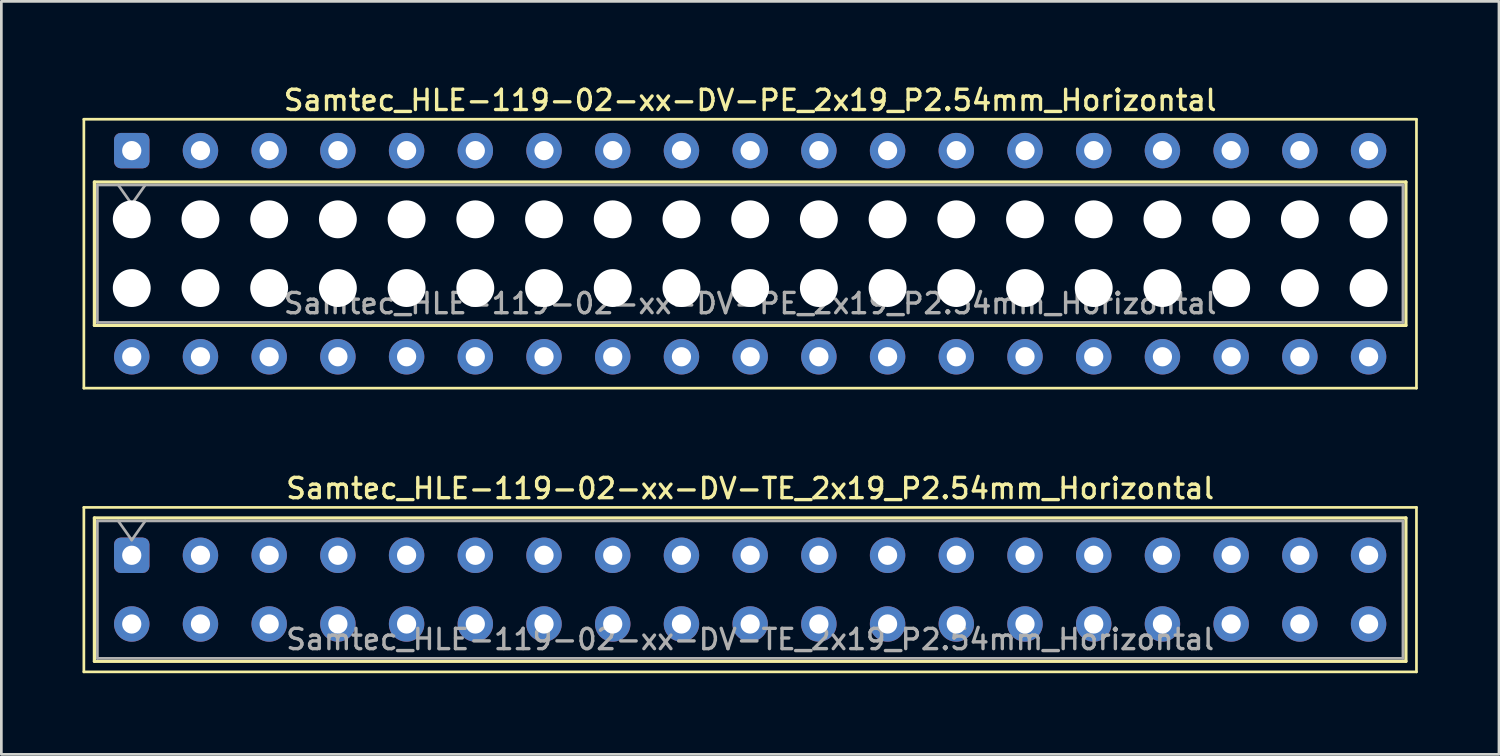
<source format=kicad_pcb>
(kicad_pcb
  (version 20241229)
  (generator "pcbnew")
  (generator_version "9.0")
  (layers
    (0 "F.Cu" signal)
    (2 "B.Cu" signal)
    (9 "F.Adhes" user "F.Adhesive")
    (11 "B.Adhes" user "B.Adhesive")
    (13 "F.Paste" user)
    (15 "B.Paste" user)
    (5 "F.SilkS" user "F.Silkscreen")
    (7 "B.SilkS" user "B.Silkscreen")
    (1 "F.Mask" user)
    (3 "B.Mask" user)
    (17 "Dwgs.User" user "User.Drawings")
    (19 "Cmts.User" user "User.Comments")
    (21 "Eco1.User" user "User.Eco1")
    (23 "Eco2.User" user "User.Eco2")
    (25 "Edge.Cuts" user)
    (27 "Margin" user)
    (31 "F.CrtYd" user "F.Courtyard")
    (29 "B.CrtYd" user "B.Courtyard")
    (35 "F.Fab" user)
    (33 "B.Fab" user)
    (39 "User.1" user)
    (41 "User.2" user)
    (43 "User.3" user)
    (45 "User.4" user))
  (footprint "Samtec_HLE-119-02-xx-DV-PE_2x19_P2.54mm_Horizontal"
    (layer "F.Cu")
    (at 1.82 2.518)
    (property "Reference" "Samtec_HLE-119-02-xx-DV-PE_2x19_P2.54mm_Horizontal" (at 22.86 -1.86 0) (layer "F.SilkS") (effects (font (size 0.75 0.75) (thickness 0.125))))
    (attr through_hole)
    (fp_line (start -1.77 -1.16) (end 47.49 -1.16) (stroke (width 0.1) (type solid)) (layer "F.SilkS"))
    (fp_line (start -1.77 8.78) (end -1.77 -1.16) (stroke (width 0.1) (type solid)) (layer "F.SilkS"))
    (fp_line (start -1.38 1.16) (end 47.1 1.16) (stroke (width 0.12) (type solid)) (layer "F.SilkS"))
    (fp_line (start -1.38 6.46) (end -1.38 1.16) (stroke (width 0.12) (type solid)) (layer "F.SilkS"))
    (fp_line (start 47.1 1.16) (end 47.1 6.46) (stroke (width 0.12) (type solid)) (layer "F.SilkS"))
    (fp_line (start 47.1 6.46) (end -1.38 6.46) (stroke (width 0.12) (type solid)) (layer "F.SilkS"))
    (fp_line (start 47.49 -1.16) (end 47.49 8.78) (stroke (width 0.1) (type solid)) (layer "F.SilkS"))
    (fp_line (start 47.49 8.78) (end -1.77 8.78) (stroke (width 0.1) (type solid)) (layer "F.SilkS"))
    (fp_line (start -1.27 1.27) (end 46.99 1.27) (stroke (width 0.1) (type solid)) (layer "F.Fab"))
    (fp_line (start -1.27 6.35) (end -1.27 1.27) (stroke (width 0.1) (type solid)) (layer "F.Fab"))
    (fp_line (start -0.5 1.27) (end 0 1.977) (stroke (width 0.1) (type solid)) (layer "F.Fab"))
    (fp_line (start 0 1.977) (end 0.5 1.27) (stroke (width 0.1) (type solid)) (layer "F.Fab"))
    (fp_line (start 46.99 1.27) (end 46.99 6.35) (stroke (width 0.1) (type solid)) (layer "F.Fab"))
    (fp_line (start 46.99 6.35) (end -1.27 6.35) (stroke (width 0.1) (type solid)) (layer "F.Fab"))
    (fp_text user "${REFERENCE}" (at 22.86 5.65 0) (layer "F.Fab") (effects (font (size 0.75 0.75) (thickness 0.125))))
    (pad "" np_thru_hole circle (at 0 2.54) (size 1.4 1.4) (drill 1.4) (layers "*.Cu" "*.Mask"))
    (pad "" np_thru_hole circle (at 0 5.08) (size 1.4 1.4) (drill 1.4) (layers "*.Cu" "*.Mask"))
    (pad "" np_thru_hole circle (at 2.54 2.54) (size 1.4 1.4) (drill 1.4) (layers "*.Cu" "*.Mask"))
    (pad "" np_thru_hole circle (at 2.54 5.08) (size 1.4 1.4) (drill 1.4) (layers "*.Cu" "*.Mask"))
    (pad "" np_thru_hole circle (at 5.08 2.54) (size 1.4 1.4) (drill 1.4) (layers "*.Cu" "*.Mask"))
    (pad "" np_thru_hole circle (at 5.08 5.08) (size 1.4 1.4) (drill 1.4) (layers "*.Cu" "*.Mask"))
    (pad "" np_thru_hole circle (at 7.62 2.54) (size 1.4 1.4) (drill 1.4) (layers "*.Cu" "*.Mask"))
    (pad "" np_thru_hole circle (at 7.62 5.08) (size 1.4 1.4) (drill 1.4) (layers "*.Cu" "*.Mask"))
    (pad "" np_thru_hole circle (at 10.16 2.54) (size 1.4 1.4) (drill 1.4) (layers "*.Cu" "*.Mask"))
    (pad "" np_thru_hole circle (at 10.16 5.08) (size 1.4 1.4) (drill 1.4) (layers "*.Cu" "*.Mask"))
    (pad "" np_thru_hole circle (at 12.7 2.54) (size 1.4 1.4) (drill 1.4) (layers "*.Cu" "*.Mask"))
    (pad "" np_thru_hole circle (at 12.7 5.08) (size 1.4 1.4) (drill 1.4) (layers "*.Cu" "*.Mask"))
    (pad "" np_thru_hole circle (at 15.24 2.54) (size 1.4 1.4) (drill 1.4) (layers "*.Cu" "*.Mask"))
    (pad "" np_thru_hole circle (at 15.24 5.08) (size 1.4 1.4) (drill 1.4) (layers "*.Cu" "*.Mask"))
    (pad "" np_thru_hole circle (at 17.78 2.54) (size 1.4 1.4) (drill 1.4) (layers "*.Cu" "*.Mask"))
    (pad "" np_thru_hole circle (at 17.78 5.08) (size 1.4 1.4) (drill 1.4) (layers "*.Cu" "*.Mask"))
    (pad "" np_thru_hole circle (at 20.32 2.54) (size 1.4 1.4) (drill 1.4) (layers "*.Cu" "*.Mask"))
    (pad "" np_thru_hole circle (at 20.32 5.08) (size 1.4 1.4) (drill 1.4) (layers "*.Cu" "*.Mask"))
    (pad "" np_thru_hole circle (at 22.86 2.54) (size 1.4 1.4) (drill 1.4) (layers "*.Cu" "*.Mask"))
    (pad "" np_thru_hole circle (at 22.86 5.08) (size 1.4 1.4) (drill 1.4) (layers "*.Cu" "*.Mask"))
    (pad "" np_thru_hole circle (at 25.4 2.54) (size 1.4 1.4) (drill 1.4) (layers "*.Cu" "*.Mask"))
    (pad "" np_thru_hole circle (at 25.4 5.08) (size 1.4 1.4) (drill 1.4) (layers "*.Cu" "*.Mask"))
    (pad "" np_thru_hole circle (at 27.94 2.54) (size 1.4 1.4) (drill 1.4) (layers "*.Cu" "*.Mask"))
    (pad "" np_thru_hole circle (at 27.94 5.08) (size 1.4 1.4) (drill 1.4) (layers "*.Cu" "*.Mask"))
    (pad "" np_thru_hole circle (at 30.48 2.54) (size 1.4 1.4) (drill 1.4) (layers "*.Cu" "*.Mask"))
    (pad "" np_thru_hole circle (at 30.48 5.08) (size 1.4 1.4) (drill 1.4) (layers "*.Cu" "*.Mask"))
    (pad "" np_thru_hole circle (at 33.02 2.54) (size 1.4 1.4) (drill 1.4) (layers "*.Cu" "*.Mask"))
    (pad "" np_thru_hole circle (at 33.02 5.08) (size 1.4 1.4) (drill 1.4) (layers "*.Cu" "*.Mask"))
    (pad "" np_thru_hole circle (at 35.56 2.54) (size 1.4 1.4) (drill 1.4) (layers "*.Cu" "*.Mask"))
    (pad "" np_thru_hole circle (at 35.56 5.08) (size 1.4 1.4) (drill 1.4) (layers "*.Cu" "*.Mask"))
    (pad "" np_thru_hole circle (at 38.1 2.54) (size 1.4 1.4) (drill 1.4) (layers "*.Cu" "*.Mask"))
    (pad "" np_thru_hole circle (at 38.1 5.08) (size 1.4 1.4) (drill 1.4) (layers "*.Cu" "*.Mask"))
    (pad "" np_thru_hole circle (at 40.64 2.54) (size 1.4 1.4) (drill 1.4) (layers "*.Cu" "*.Mask"))
    (pad "" np_thru_hole circle (at 40.64 5.08) (size 1.4 1.4) (drill 1.4) (layers "*.Cu" "*.Mask"))
    (pad "" np_thru_hole circle (at 43.18 2.54) (size 1.4 1.4) (drill 1.4) (layers "*.Cu" "*.Mask"))
    (pad "" np_thru_hole circle (at 43.18 5.08) (size 1.4 1.4) (drill 1.4) (layers "*.Cu" "*.Mask"))
    (pad "" np_thru_hole circle (at 45.72 2.54) (size 1.4 1.4) (drill 1.4) (layers "*.Cu" "*.Mask"))
    (pad "" np_thru_hole circle (at 45.72 5.08) (size 1.4 1.4) (drill 1.4) (layers "*.Cu" "*.Mask"))
    (pad "1" thru_hole roundrect (at 0 0) (size 1.31 1.31) (drill 0.71) (layers "*.Cu" "*.Mask") (roundrect_rratio 0.191))
    (pad "2" thru_hole circle (at 0 7.62) (size 1.31 1.31) (drill 0.71) (layers "*.Cu" "*.Mask"))
    (pad "3" thru_hole circle (at 2.54 0) (size 1.31 1.31) (drill 0.71) (layers "*.Cu" "*.Mask"))
    (pad "4" thru_hole circle (at 2.54 7.62) (size 1.31 1.31) (drill 0.71) (layers "*.Cu" "*.Mask"))
    (pad "5" thru_hole circle (at 5.08 0) (size 1.31 1.31) (drill 0.71) (layers "*.Cu" "*.Mask"))
    (pad "6" thru_hole circle (at 5.08 7.62) (size 1.31 1.31) (drill 0.71) (layers "*.Cu" "*.Mask"))
    (pad "7" thru_hole circle (at 7.62 0) (size 1.31 1.31) (drill 0.71) (layers "*.Cu" "*.Mask"))
    (pad "8" thru_hole circle (at 7.62 7.62) (size 1.31 1.31) (drill 0.71) (layers "*.Cu" "*.Mask"))
    (pad "9" thru_hole circle (at 10.16 0) (size 1.31 1.31) (drill 0.71) (layers "*.Cu" "*.Mask"))
    (pad "10" thru_hole circle (at 10.16 7.62) (size 1.31 1.31) (drill 0.71) (layers "*.Cu" "*.Mask"))
    (pad "11" thru_hole circle (at 12.7 0) (size 1.31 1.31) (drill 0.71) (layers "*.Cu" "*.Mask"))
    (pad "12" thru_hole circle (at 12.7 7.62) (size 1.31 1.31) (drill 0.71) (layers "*.Cu" "*.Mask"))
    (pad "13" thru_hole circle (at 15.24 0) (size 1.31 1.31) (drill 0.71) (layers "*.Cu" "*.Mask"))
    (pad "14" thru_hole circle (at 15.24 7.62) (size 1.31 1.31) (drill 0.71) (layers "*.Cu" "*.Mask"))
    (pad "15" thru_hole circle (at 17.78 0) (size 1.31 1.31) (drill 0.71) (layers "*.Cu" "*.Mask"))
    (pad "16" thru_hole circle (at 17.78 7.62) (size 1.31 1.31) (drill 0.71) (layers "*.Cu" "*.Mask"))
    (pad "17" thru_hole circle (at 20.32 0) (size 1.31 1.31) (drill 0.71) (layers "*.Cu" "*.Mask"))
    (pad "18" thru_hole circle (at 20.32 7.62) (size 1.31 1.31) (drill 0.71) (layers "*.Cu" "*.Mask"))
    (pad "19" thru_hole circle (at 22.86 0) (size 1.31 1.31) (drill 0.71) (layers "*.Cu" "*.Mask"))
    (pad "20" thru_hole circle (at 22.86 7.62) (size 1.31 1.31) (drill 0.71) (layers "*.Cu" "*.Mask"))
    (pad "21" thru_hole circle (at 25.4 0) (size 1.31 1.31) (drill 0.71) (layers "*.Cu" "*.Mask"))
    (pad "22" thru_hole circle (at 25.4 7.62) (size 1.31 1.31) (drill 0.71) (layers "*.Cu" "*.Mask"))
    (pad "23" thru_hole circle (at 27.94 0) (size 1.31 1.31) (drill 0.71) (layers "*.Cu" "*.Mask"))
    (pad "24" thru_hole circle (at 27.94 7.62) (size 1.31 1.31) (drill 0.71) (layers "*.Cu" "*.Mask"))
    (pad "25" thru_hole circle (at 30.48 0) (size 1.31 1.31) (drill 0.71) (layers "*.Cu" "*.Mask"))
    (pad "26" thru_hole circle (at 30.48 7.62) (size 1.31 1.31) (drill 0.71) (layers "*.Cu" "*.Mask"))
    (pad "27" thru_hole circle (at 33.02 0) (size 1.31 1.31) (drill 0.71) (layers "*.Cu" "*.Mask"))
    (pad "28" thru_hole circle (at 33.02 7.62) (size 1.31 1.31) (drill 0.71) (layers "*.Cu" "*.Mask"))
    (pad "29" thru_hole circle (at 35.56 0) (size 1.31 1.31) (drill 0.71) (layers "*.Cu" "*.Mask"))
    (pad "30" thru_hole circle (at 35.56 7.62) (size 1.31 1.31) (drill 0.71) (layers "*.Cu" "*.Mask"))
    (pad "31" thru_hole circle (at 38.1 0) (size 1.31 1.31) (drill 0.71) (layers "*.Cu" "*.Mask"))
    (pad "32" thru_hole circle (at 38.1 7.62) (size 1.31 1.31) (drill 0.71) (layers "*.Cu" "*.Mask"))
    (pad "33" thru_hole circle (at 40.64 0) (size 1.31 1.31) (drill 0.71) (layers "*.Cu" "*.Mask"))
    (pad "34" thru_hole circle (at 40.64 7.62) (size 1.31 1.31) (drill 0.71) (layers "*.Cu" "*.Mask"))
    (pad "35" thru_hole circle (at 43.18 0) (size 1.31 1.31) (drill 0.71) (layers "*.Cu" "*.Mask"))
    (pad "36" thru_hole circle (at 43.18 7.62) (size 1.31 1.31) (drill 0.71) (layers "*.Cu" "*.Mask"))
    (pad "37" thru_hole circle (at 45.72 0) (size 1.31 1.31) (drill 0.71) (layers "*.Cu" "*.Mask"))
    (pad "38" thru_hole circle (at 45.72 7.62) (size 1.31 1.31) (drill 0.71) (layers "*.Cu" "*.Mask")))
  (footprint "Samtec_HLE-119-02-xx-DV-TE_2x19_P2.54mm_Horizontal"
    (layer "F.Cu")
    (at 1.82 17.476)
    (property "Reference" "Samtec_HLE-119-02-xx-DV-TE_2x19_P2.54mm_Horizontal" (at 22.86 -2.47 0) (layer "F.SilkS") (effects (font (size 0.75 0.75) (thickness 0.125))))
    (attr through_hole)
    (fp_line (start -1.77 -1.77) (end 47.49 -1.77) (stroke (width 0.1) (type solid)) (layer "F.SilkS"))
    (fp_line (start -1.77 4.31) (end -1.77 -1.77) (stroke (width 0.1) (type solid)) (layer "F.SilkS"))
    (fp_line (start -1.38 -1.38) (end 47.1 -1.38) (stroke (width 0.12) (type solid)) (layer "F.SilkS"))
    (fp_line (start -1.38 3.92) (end -1.38 -1.38) (stroke (width 0.12) (type solid)) (layer "F.SilkS"))
    (fp_line (start 47.1 -1.38) (end 47.1 3.92) (stroke (width 0.12) (type solid)) (layer "F.SilkS"))
    (fp_line (start 47.1 3.92) (end -1.38 3.92) (stroke (width 0.12) (type solid)) (layer "F.SilkS"))
    (fp_line (start 47.49 -1.77) (end 47.49 4.31) (stroke (width 0.1) (type solid)) (layer "F.SilkS"))
    (fp_line (start 47.49 4.31) (end -1.77 4.31) (stroke (width 0.1) (type solid)) (layer "F.SilkS"))
    (fp_line (start -1.27 -1.27) (end 46.99 -1.27) (stroke (width 0.1) (type solid)) (layer "F.Fab"))
    (fp_line (start -1.27 3.81) (end -1.27 -1.27) (stroke (width 0.1) (type solid)) (layer "F.Fab"))
    (fp_line (start -0.5 -1.27) (end 0 -0.563) (stroke (width 0.1) (type solid)) (layer "F.Fab"))
    (fp_line (start 0 -0.563) (end 0.5 -1.27) (stroke (width 0.1) (type solid)) (layer "F.Fab"))
    (fp_line (start 46.99 -1.27) (end 46.99 3.81) (stroke (width 0.1) (type solid)) (layer "F.Fab"))
    (fp_line (start 46.99 3.81) (end -1.27 3.81) (stroke (width 0.1) (type solid)) (layer "F.Fab"))
    (fp_text user "${REFERENCE}" (at 22.86 3.11 0) (layer "F.Fab") (effects (font (size 0.75 0.75) (thickness 0.125))))
    (pad "1" thru_hole roundrect (at 0 0) (size 1.31 1.31) (drill 0.71) (layers "*.Cu" "*.Mask") (roundrect_rratio 0.191))
    (pad "2" thru_hole circle (at 0 2.54) (size 1.31 1.31) (drill 0.71) (layers "*.Cu" "*.Mask"))
    (pad "3" thru_hole circle (at 2.54 0) (size 1.31 1.31) (drill 0.71) (layers "*.Cu" "*.Mask"))
    (pad "4" thru_hole circle (at 2.54 2.54) (size 1.31 1.31) (drill 0.71) (layers "*.Cu" "*.Mask"))
    (pad "5" thru_hole circle (at 5.08 0) (size 1.31 1.31) (drill 0.71) (layers "*.Cu" "*.Mask"))
    (pad "6" thru_hole circle (at 5.08 2.54) (size 1.31 1.31) (drill 0.71) (layers "*.Cu" "*.Mask"))
    (pad "7" thru_hole circle (at 7.62 0) (size 1.31 1.31) (drill 0.71) (layers "*.Cu" "*.Mask"))
    (pad "8" thru_hole circle (at 7.62 2.54) (size 1.31 1.31) (drill 0.71) (layers "*.Cu" "*.Mask"))
    (pad "9" thru_hole circle (at 10.16 0) (size 1.31 1.31) (drill 0.71) (layers "*.Cu" "*.Mask"))
    (pad "10" thru_hole circle (at 10.16 2.54) (size 1.31 1.31) (drill 0.71) (layers "*.Cu" "*.Mask"))
    (pad "11" thru_hole circle (at 12.7 0) (size 1.31 1.31) (drill 0.71) (layers "*.Cu" "*.Mask"))
    (pad "12" thru_hole circle (at 12.7 2.54) (size 1.31 1.31) (drill 0.71) (layers "*.Cu" "*.Mask"))
    (pad "13" thru_hole circle (at 15.24 0) (size 1.31 1.31) (drill 0.71) (layers "*.Cu" "*.Mask"))
    (pad "14" thru_hole circle (at 15.24 2.54) (size 1.31 1.31) (drill 0.71) (layers "*.Cu" "*.Mask"))
    (pad "15" thru_hole circle (at 17.78 0) (size 1.31 1.31) (drill 0.71) (layers "*.Cu" "*.Mask"))
    (pad "16" thru_hole circle (at 17.78 2.54) (size 1.31 1.31) (drill 0.71) (layers "*.Cu" "*.Mask"))
    (pad "17" thru_hole circle (at 20.32 0) (size 1.31 1.31) (drill 0.71) (layers "*.Cu" "*.Mask"))
    (pad "18" thru_hole circle (at 20.32 2.54) (size 1.31 1.31) (drill 0.71) (layers "*.Cu" "*.Mask"))
    (pad "19" thru_hole circle (at 22.86 0) (size 1.31 1.31) (drill 0.71) (layers "*.Cu" "*.Mask"))
    (pad "20" thru_hole circle (at 22.86 2.54) (size 1.31 1.31) (drill 0.71) (layers "*.Cu" "*.Mask"))
    (pad "21" thru_hole circle (at 25.4 0) (size 1.31 1.31) (drill 0.71) (layers "*.Cu" "*.Mask"))
    (pad "22" thru_hole circle (at 25.4 2.54) (size 1.31 1.31) (drill 0.71) (layers "*.Cu" "*.Mask"))
    (pad "23" thru_hole circle (at 27.94 0) (size 1.31 1.31) (drill 0.71) (layers "*.Cu" "*.Mask"))
    (pad "24" thru_hole circle (at 27.94 2.54) (size 1.31 1.31) (drill 0.71) (layers "*.Cu" "*.Mask"))
    (pad "25" thru_hole circle (at 30.48 0) (size 1.31 1.31) (drill 0.71) (layers "*.Cu" "*.Mask"))
    (pad "26" thru_hole circle (at 30.48 2.54) (size 1.31 1.31) (drill 0.71) (layers "*.Cu" "*.Mask"))
    (pad "27" thru_hole circle (at 33.02 0) (size 1.31 1.31) (drill 0.71) (layers "*.Cu" "*.Mask"))
    (pad "28" thru_hole circle (at 33.02 2.54) (size 1.31 1.31) (drill 0.71) (layers "*.Cu" "*.Mask"))
    (pad "29" thru_hole circle (at 35.56 0) (size 1.31 1.31) (drill 0.71) (layers "*.Cu" "*.Mask"))
    (pad "30" thru_hole circle (at 35.56 2.54) (size 1.31 1.31) (drill 0.71) (layers "*.Cu" "*.Mask"))
    (pad "31" thru_hole circle (at 38.1 0) (size 1.31 1.31) (drill 0.71) (layers "*.Cu" "*.Mask"))
    (pad "32" thru_hole circle (at 38.1 2.54) (size 1.31 1.31) (drill 0.71) (layers "*.Cu" "*.Mask"))
    (pad "33" thru_hole circle (at 40.64 0) (size 1.31 1.31) (drill 0.71) (layers "*.Cu" "*.Mask"))
    (pad "34" thru_hole circle (at 40.64 2.54) (size 1.31 1.31) (drill 0.71) (layers "*.Cu" "*.Mask"))
    (pad "35" thru_hole circle (at 43.18 0) (size 1.31 1.31) (drill 0.71) (layers "*.Cu" "*.Mask"))
    (pad "36" thru_hole circle (at 43.18 2.54) (size 1.31 1.31) (drill 0.71) (layers "*.Cu" "*.Mask"))
    (pad "37" thru_hole circle (at 45.72 0) (size 1.31 1.31) (drill 0.71) (layers "*.Cu" "*.Mask"))
    (pad "38" thru_hole circle (at 45.72 2.54) (size 1.31 1.31) (drill 0.71) (layers "*.Cu" "*.Mask")))
  (gr_rect
    (start -3 -3)
    (end 52.36 24.836)
    (stroke (width 0.1) (type default))
    (fill no)
    (layer "Edge.Cuts")))
</source>
